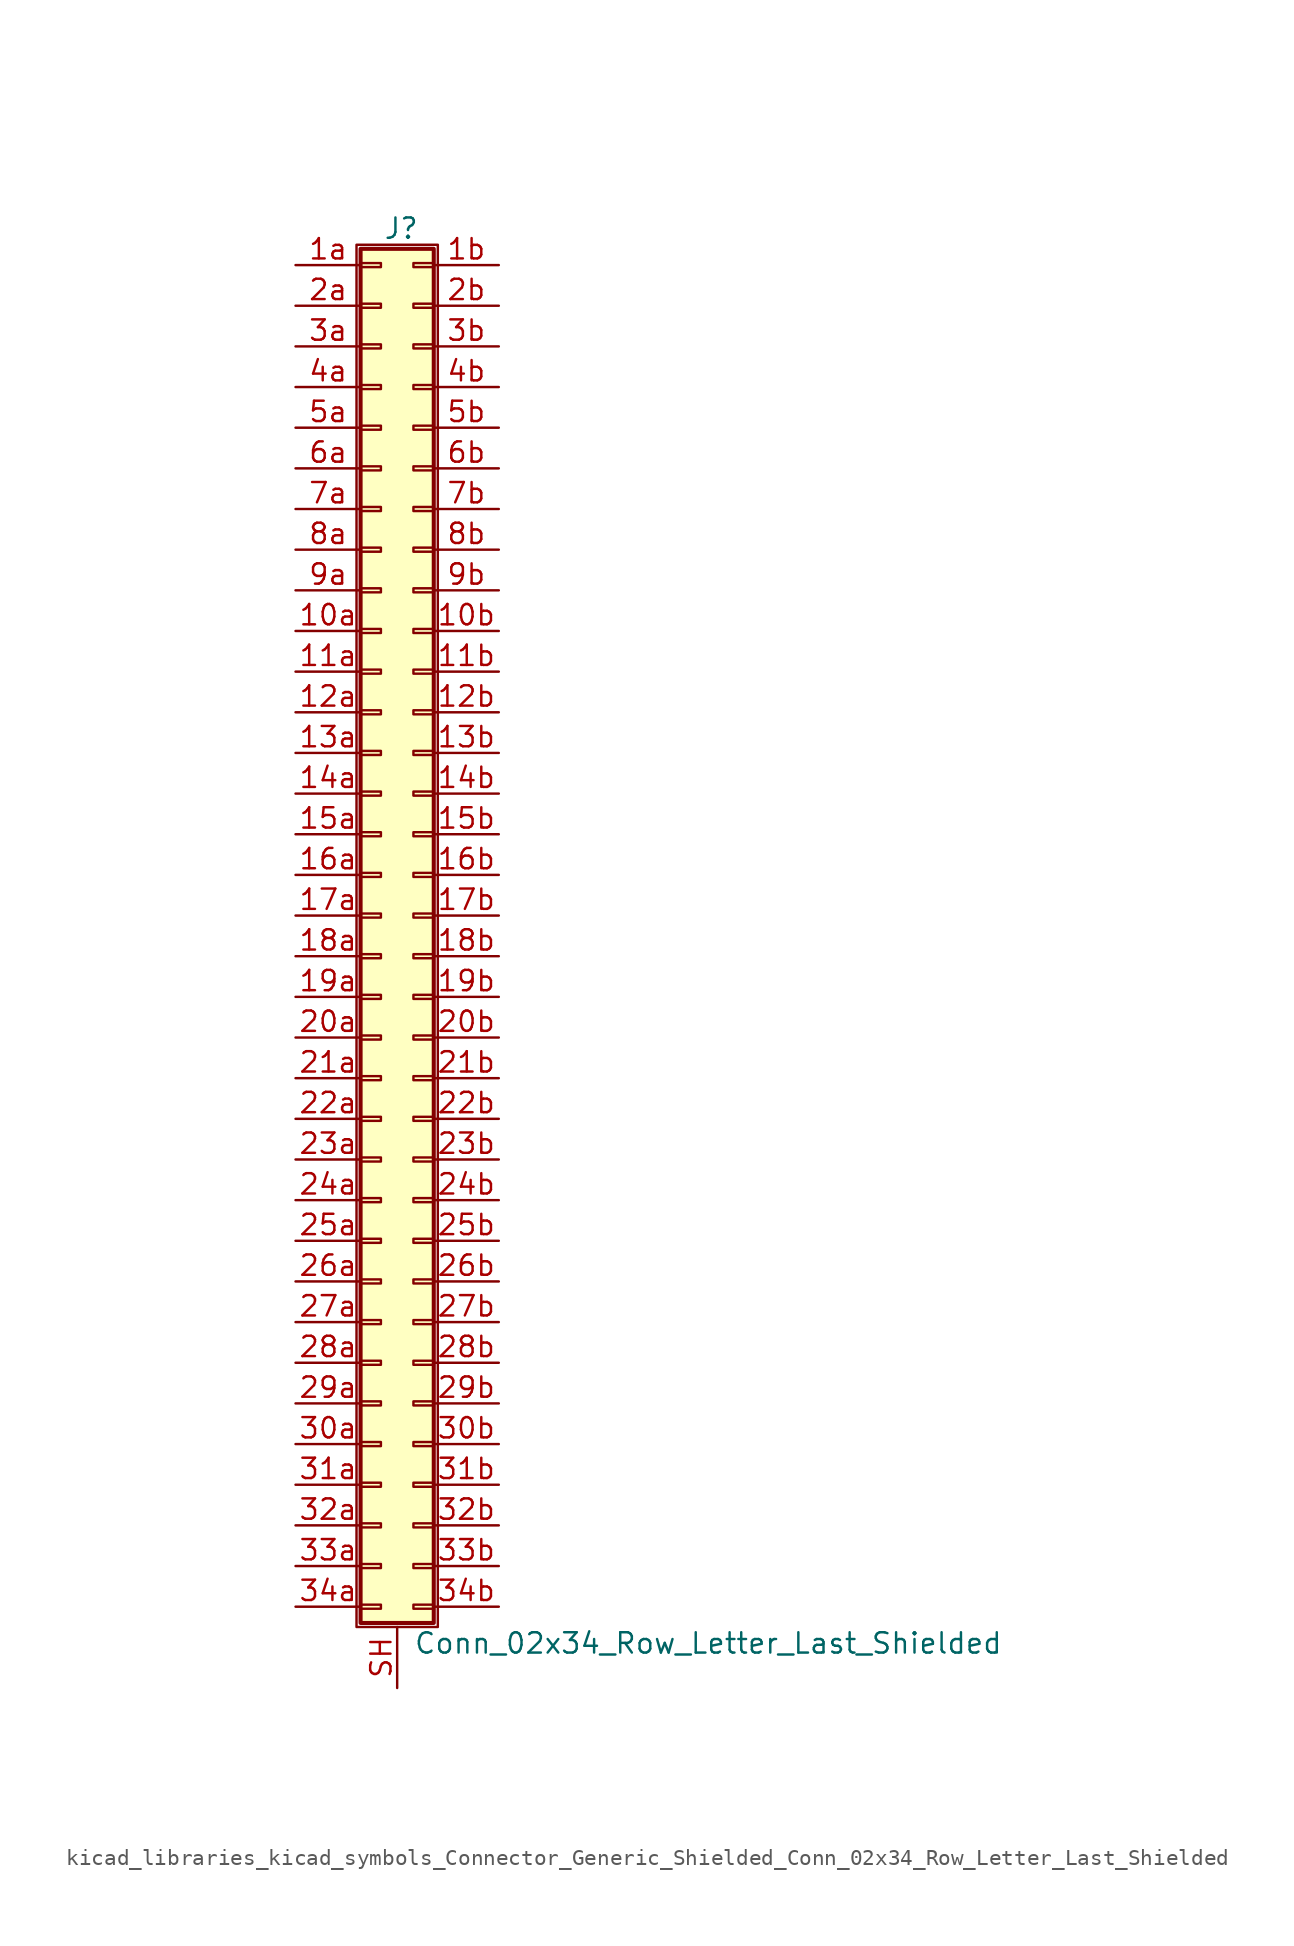
<source format=kicad_sym>
(kicad_symbol_lib
  (version 20220914)
  (generator kicad_symbol_editor)
  (symbol "kicad_libraries_kicad_symbols_Connector_Generic_Shielded_Conn_02x34_Row_Letter_Last_Shielded"
    (pin_names
      (offset 1.016) hide)
    (property "Reference" "J"
      (at 1.524 42.926 0)
      (effects (font (size 1.27 1.27))))
    (property "Value" "Conn_02x34_Row_Letter_Last_Shielded"
      (at 2.286 -45.466 0)
      (effects (font (size 1.27 1.27)) (justify left)))
    (symbol "kicad_libraries_kicad_symbols_Connector_Generic_Shielded_Conn_02x34_Row_Letter_Last_Shielded_1_1"
      (rectangle (start -1.27 41.91) (end 3.81 -44.45) (stroke (width 0.152) (type default)) (fill (type none)))
      (rectangle (start -1.016 -43.053) (end 0.254 -43.307) (stroke (width 0.152) (type default)) (fill (type none)))
      (rectangle (start -1.016 -40.513) (end 0.254 -40.767) (stroke (width 0.152) (type default)) (fill (type none)))
      (rectangle (start -1.016 -37.973) (end 0.254 -38.227) (stroke (width 0.152) (type default)) (fill (type none)))
      (rectangle (start -1.016 -35.433) (end 0.254 -35.687) (stroke (width 0.152) (type default)) (fill (type none)))
      (rectangle (start -1.016 -32.893) (end 0.254 -33.147) (stroke (width 0.152) (type default)) (fill (type none)))
      (rectangle (start -1.016 -30.353) (end 0.254 -30.607) (stroke (width 0.152) (type default)) (fill (type none)))
      (rectangle (start -1.016 -27.813) (end 0.254 -28.067) (stroke (width 0.152) (type default)) (fill (type none)))
      (rectangle (start -1.016 -25.273) (end 0.254 -25.527) (stroke (width 0.152) (type default)) (fill (type none)))
      (rectangle (start -1.016 -22.733) (end 0.254 -22.987) (stroke (width 0.152) (type default)) (fill (type none)))
      (rectangle (start -1.016 -20.193) (end 0.254 -20.447) (stroke (width 0.152) (type default)) (fill (type none)))
      (rectangle (start -1.016 -17.653) (end 0.254 -17.907) (stroke (width 0.152) (type default)) (fill (type none)))
      (rectangle (start -1.016 -15.113) (end 0.254 -15.367) (stroke (width 0.152) (type default)) (fill (type none)))
      (rectangle (start -1.016 -12.573) (end 0.254 -12.827) (stroke (width 0.152) (type default)) (fill (type none)))
      (rectangle (start -1.016 -10.033) (end 0.254 -10.287) (stroke (width 0.152) (type default)) (fill (type none)))
      (rectangle (start -1.016 -7.493) (end 0.254 -7.747) (stroke (width 0.152) (type default)) (fill (type none)))
      (rectangle (start -1.016 -4.953) (end 0.254 -5.207) (stroke (width 0.152) (type default)) (fill (type none)))
      (rectangle (start -1.016 -2.413) (end 0.254 -2.667) (stroke (width 0.152) (type default)) (fill (type none)))
      (rectangle (start -1.016 0.127) (end 0.254 -0.127) (stroke (width 0.152) (type default)) (fill (type none)))
      (rectangle (start -1.016 2.667) (end 0.254 2.413) (stroke (width 0.152) (type default)) (fill (type none)))
      (rectangle (start -1.016 5.207) (end 0.254 4.953) (stroke (width 0.152) (type default)) (fill (type none)))
      (rectangle (start -1.016 7.747) (end 0.254 7.493) (stroke (width 0.152) (type default)) (fill (type none)))
      (rectangle (start -1.016 10.287) (end 0.254 10.033) (stroke (width 0.152) (type default)) (fill (type none)))
      (rectangle (start -1.016 12.827) (end 0.254 12.573) (stroke (width 0.152) (type default)) (fill (type none)))
      (rectangle (start -1.016 15.367) (end 0.254 15.113) (stroke (width 0.152) (type default)) (fill (type none)))
      (rectangle (start -1.016 17.907) (end 0.254 17.653) (stroke (width 0.152) (type default)) (fill (type none)))
      (rectangle (start -1.016 20.447) (end 0.254 20.193) (stroke (width 0.152) (type default)) (fill (type none)))
      (rectangle (start -1.016 22.987) (end 0.254 22.733) (stroke (width 0.152) (type default)) (fill (type none)))
      (rectangle (start -1.016 25.527) (end 0.254 25.273) (stroke (width 0.152) (type default)) (fill (type none)))
      (rectangle (start -1.016 28.067) (end 0.254 27.813) (stroke (width 0.152) (type default)) (fill (type none)))
      (rectangle (start -1.016 30.607) (end 0.254 30.353) (stroke (width 0.152) (type default)) (fill (type none)))
      (rectangle (start -1.016 33.147) (end 0.254 32.893) (stroke (width 0.152) (type default)) (fill (type none)))
      (rectangle (start -1.016 35.687) (end 0.254 35.433) (stroke (width 0.152) (type default)) (fill (type none)))
      (rectangle (start -1.016 38.227) (end 0.254 37.973) (stroke (width 0.152) (type default)) (fill (type none)))
      (rectangle (start -1.016 40.767) (end 0.254 40.513) (stroke (width 0.152) (type default)) (fill (type none)))
      (rectangle (start -1.016 41.656) (end 3.556 -44.196) (stroke (width 0.254) (type default)) (fill (type background)))
      (rectangle (start 3.556 -43.053) (end 2.286 -43.307) (stroke (width 0.152) (type default)) (fill (type none)))
      (rectangle (start 3.556 -40.513) (end 2.286 -40.767) (stroke (width 0.152) (type default)) (fill (type none)))
      (rectangle (start 3.556 -37.973) (end 2.286 -38.227) (stroke (width 0.152) (type default)) (fill (type none)))
      (rectangle (start 3.556 -35.433) (end 2.286 -35.687) (stroke (width 0.152) (type default)) (fill (type none)))
      (rectangle (start 3.556 -32.893) (end 2.286 -33.147) (stroke (width 0.152) (type default)) (fill (type none)))
      (rectangle (start 3.556 -30.353) (end 2.286 -30.607) (stroke (width 0.152) (type default)) (fill (type none)))
      (rectangle (start 3.556 -27.813) (end 2.286 -28.067) (stroke (width 0.152) (type default)) (fill (type none)))
      (rectangle (start 3.556 -25.273) (end 2.286 -25.527) (stroke (width 0.152) (type default)) (fill (type none)))
      (rectangle (start 3.556 -22.733) (end 2.286 -22.987) (stroke (width 0.152) (type default)) (fill (type none)))
      (rectangle (start 3.556 -20.193) (end 2.286 -20.447) (stroke (width 0.152) (type default)) (fill (type none)))
      (rectangle (start 3.556 -17.653) (end 2.286 -17.907) (stroke (width 0.152) (type default)) (fill (type none)))
      (rectangle (start 3.556 -15.113) (end 2.286 -15.367) (stroke (width 0.152) (type default)) (fill (type none)))
      (rectangle (start 3.556 -12.573) (end 2.286 -12.827) (stroke (width 0.152) (type default)) (fill (type none)))
      (rectangle (start 3.556 -10.033) (end 2.286 -10.287) (stroke (width 0.152) (type default)) (fill (type none)))
      (rectangle (start 3.556 -7.493) (end 2.286 -7.747) (stroke (width 0.152) (type default)) (fill (type none)))
      (rectangle (start 3.556 -4.953) (end 2.286 -5.207) (stroke (width 0.152) (type default)) (fill (type none)))
      (rectangle (start 3.556 -2.413) (end 2.286 -2.667) (stroke (width 0.152) (type default)) (fill (type none)))
      (rectangle (start 3.556 0.127) (end 2.286 -0.127) (stroke (width 0.152) (type default)) (fill (type none)))
      (rectangle (start 3.556 2.667) (end 2.286 2.413) (stroke (width 0.152) (type default)) (fill (type none)))
      (rectangle (start 3.556 5.207) (end 2.286 4.953) (stroke (width 0.152) (type default)) (fill (type none)))
      (rectangle (start 3.556 7.747) (end 2.286 7.493) (stroke (width 0.152) (type default)) (fill (type none)))
      (rectangle (start 3.556 10.287) (end 2.286 10.033) (stroke (width 0.152) (type default)) (fill (type none)))
      (rectangle (start 3.556 12.827) (end 2.286 12.573) (stroke (width 0.152) (type default)) (fill (type none)))
      (rectangle (start 3.556 15.367) (end 2.286 15.113) (stroke (width 0.152) (type default)) (fill (type none)))
      (rectangle (start 3.556 17.907) (end 2.286 17.653) (stroke (width 0.152) (type default)) (fill (type none)))
      (rectangle (start 3.556 20.447) (end 2.286 20.193) (stroke (width 0.152) (type default)) (fill (type none)))
      (rectangle (start 3.556 22.987) (end 2.286 22.733) (stroke (width 0.152) (type default)) (fill (type none)))
      (rectangle (start 3.556 25.527) (end 2.286 25.273) (stroke (width 0.152) (type default)) (fill (type none)))
      (rectangle (start 3.556 28.067) (end 2.286 27.813) (stroke (width 0.152) (type default)) (fill (type none)))
      (rectangle (start 3.556 30.607) (end 2.286 30.353) (stroke (width 0.152) (type default)) (fill (type none)))
      (rectangle (start 3.556 33.147) (end 2.286 32.893) (stroke (width 0.152) (type default)) (fill (type none)))
      (rectangle (start 3.556 35.687) (end 2.286 35.433) (stroke (width 0.152) (type default)) (fill (type none)))
      (rectangle (start 3.556 38.227) (end 2.286 37.973) (stroke (width 0.152) (type default)) (fill (type none)))
      (rectangle (start 3.556 40.767) (end 2.286 40.513) (stroke (width 0.152) (type default)) (fill (type none)))
      (pin passive line (at -5.08 17.78 0) (length 4.064) (name "Pin_10a" (effects (font (size 1.27 1.27)))) (number "10a" (effects (font (size 1.27 1.27)))))
      (pin passive line (at 7.62 17.78 180) (length 4.064) (name "Pin_10b" (effects (font (size 1.27 1.27)))) (number "10b" (effects (font (size 1.27 1.27)))))
      (pin passive line (at -5.08 15.24 0) (length 4.064) (name "Pin_11a" (effects (font (size 1.27 1.27)))) (number "11a" (effects (font (size 1.27 1.27)))))
      (pin passive line (at 7.62 15.24 180) (length 4.064) (name "Pin_11b" (effects (font (size 1.27 1.27)))) (number "11b" (effects (font (size 1.27 1.27)))))
      (pin passive line (at -5.08 12.7 0) (length 4.064) (name "Pin_12a" (effects (font (size 1.27 1.27)))) (number "12a" (effects (font (size 1.27 1.27)))))
      (pin passive line (at 7.62 12.7 180) (length 4.064) (name "Pin_12b" (effects (font (size 1.27 1.27)))) (number "12b" (effects (font (size 1.27 1.27)))))
      (pin passive line (at -5.08 10.16 0) (length 4.064) (name "Pin_13a" (effects (font (size 1.27 1.27)))) (number "13a" (effects (font (size 1.27 1.27)))))
      (pin passive line (at 7.62 10.16 180) (length 4.064) (name "Pin_13b" (effects (font (size 1.27 1.27)))) (number "13b" (effects (font (size 1.27 1.27)))))
      (pin passive line (at -5.08 7.62 0) (length 4.064) (name "Pin_14a" (effects (font (size 1.27 1.27)))) (number "14a" (effects (font (size 1.27 1.27)))))
      (pin passive line (at 7.62 7.62 180) (length 4.064) (name "Pin_14b" (effects (font (size 1.27 1.27)))) (number "14b" (effects (font (size 1.27 1.27)))))
      (pin passive line (at -5.08 5.08 0) (length 4.064) (name "Pin_15a" (effects (font (size 1.27 1.27)))) (number "15a" (effects (font (size 1.27 1.27)))))
      (pin passive line (at 7.62 5.08 180) (length 4.064) (name "Pin_15b" (effects (font (size 1.27 1.27)))) (number "15b" (effects (font (size 1.27 1.27)))))
      (pin passive line (at -5.08 2.54 0) (length 4.064) (name "Pin_16a" (effects (font (size 1.27 1.27)))) (number "16a" (effects (font (size 1.27 1.27)))))
      (pin passive line (at 7.62 2.54 180) (length 4.064) (name "Pin_16b" (effects (font (size 1.27 1.27)))) (number "16b" (effects (font (size 1.27 1.27)))))
      (pin passive line (at -5.08 0 0) (length 4.064) (name "Pin_17a" (effects (font (size 1.27 1.27)))) (number "17a" (effects (font (size 1.27 1.27)))))
      (pin passive line (at 7.62 0 180) (length 4.064) (name "Pin_17b" (effects (font (size 1.27 1.27)))) (number "17b" (effects (font (size 1.27 1.27)))))
      (pin passive line (at -5.08 -2.54 0) (length 4.064) (name "Pin_18a" (effects (font (size 1.27 1.27)))) (number "18a" (effects (font (size 1.27 1.27)))))
      (pin passive line (at 7.62 -2.54 180) (length 4.064) (name "Pin_18b" (effects (font (size 1.27 1.27)))) (number "18b" (effects (font (size 1.27 1.27)))))
      (pin passive line (at -5.08 -5.08 0) (length 4.064) (name "Pin_19a" (effects (font (size 1.27 1.27)))) (number "19a" (effects (font (size 1.27 1.27)))))
      (pin passive line (at 7.62 -5.08 180) (length 4.064) (name "Pin_19b" (effects (font (size 1.27 1.27)))) (number "19b" (effects (font (size 1.27 1.27)))))
      (pin passive line (at -5.08 40.64 0) (length 4.064) (name "Pin_1a" (effects (font (size 1.27 1.27)))) (number "1a" (effects (font (size 1.27 1.27)))))
      (pin passive line (at 7.62 40.64 180) (length 4.064) (name "Pin_1b" (effects (font (size 1.27 1.27)))) (number "1b" (effects (font (size 1.27 1.27)))))
      (pin passive line (at -5.08 -7.62 0) (length 4.064) (name "Pin_20a" (effects (font (size 1.27 1.27)))) (number "20a" (effects (font (size 1.27 1.27)))))
      (pin passive line (at 7.62 -7.62 180) (length 4.064) (name "Pin_20b" (effects (font (size 1.27 1.27)))) (number "20b" (effects (font (size 1.27 1.27)))))
      (pin passive line (at -5.08 -10.16 0) (length 4.064) (name "Pin_21a" (effects (font (size 1.27 1.27)))) (number "21a" (effects (font (size 1.27 1.27)))))
      (pin passive line (at 7.62 -10.16 180) (length 4.064) (name "Pin_21b" (effects (font (size 1.27 1.27)))) (number "21b" (effects (font (size 1.27 1.27)))))
      (pin passive line (at -5.08 -12.7 0) (length 4.064) (name "Pin_22a" (effects (font (size 1.27 1.27)))) (number "22a" (effects (font (size 1.27 1.27)))))
      (pin passive line (at 7.62 -12.7 180) (length 4.064) (name "Pin_22b" (effects (font (size 1.27 1.27)))) (number "22b" (effects (font (size 1.27 1.27)))))
      (pin passive line (at -5.08 -15.24 0) (length 4.064) (name "Pin_23a" (effects (font (size 1.27 1.27)))) (number "23a" (effects (font (size 1.27 1.27)))))
      (pin passive line (at 7.62 -15.24 180) (length 4.064) (name "Pin_23b" (effects (font (size 1.27 1.27)))) (number "23b" (effects (font (size 1.27 1.27)))))
      (pin passive line (at -5.08 -17.78 0) (length 4.064) (name "Pin_24a" (effects (font (size 1.27 1.27)))) (number "24a" (effects (font (size 1.27 1.27)))))
      (pin passive line (at 7.62 -17.78 180) (length 4.064) (name "Pin_24b" (effects (font (size 1.27 1.27)))) (number "24b" (effects (font (size 1.27 1.27)))))
      (pin passive line (at -5.08 -20.32 0) (length 4.064) (name "Pin_25a" (effects (font (size 1.27 1.27)))) (number "25a" (effects (font (size 1.27 1.27)))))
      (pin passive line (at 7.62 -20.32 180) (length 4.064) (name "Pin_25b" (effects (font (size 1.27 1.27)))) (number "25b" (effects (font (size 1.27 1.27)))))
      (pin passive line (at -5.08 -22.86 0) (length 4.064) (name "Pin_26a" (effects (font (size 1.27 1.27)))) (number "26a" (effects (font (size 1.27 1.27)))))
      (pin passive line (at 7.62 -22.86 180) (length 4.064) (name "Pin_26b" (effects (font (size 1.27 1.27)))) (number "26b" (effects (font (size 1.27 1.27)))))
      (pin passive line (at -5.08 -25.4 0) (length 4.064) (name "Pin_27a" (effects (font (size 1.27 1.27)))) (number "27a" (effects (font (size 1.27 1.27)))))
      (pin passive line (at 7.62 -25.4 180) (length 4.064) (name "Pin_27b" (effects (font (size 1.27 1.27)))) (number "27b" (effects (font (size 1.27 1.27)))))
      (pin passive line (at -5.08 -27.94 0) (length 4.064) (name "Pin_28a" (effects (font (size 1.27 1.27)))) (number "28a" (effects (font (size 1.27 1.27)))))
      (pin passive line (at 7.62 -27.94 180) (length 4.064) (name "Pin_28b" (effects (font (size 1.27 1.27)))) (number "28b" (effects (font (size 1.27 1.27)))))
      (pin passive line (at -5.08 -30.48 0) (length 4.064) (name "Pin_29a" (effects (font (size 1.27 1.27)))) (number "29a" (effects (font (size 1.27 1.27)))))
      (pin passive line (at 7.62 -30.48 180) (length 4.064) (name "Pin_29b" (effects (font (size 1.27 1.27)))) (number "29b" (effects (font (size 1.27 1.27)))))
      (pin passive line (at -5.08 38.1 0) (length 4.064) (name "Pin_2a" (effects (font (size 1.27 1.27)))) (number "2a" (effects (font (size 1.27 1.27)))))
      (pin passive line (at 7.62 38.1 180) (length 4.064) (name "Pin_2b" (effects (font (size 1.27 1.27)))) (number "2b" (effects (font (size 1.27 1.27)))))
      (pin passive line (at -5.08 -33.02 0) (length 4.064) (name "Pin_30a" (effects (font (size 1.27 1.27)))) (number "30a" (effects (font (size 1.27 1.27)))))
      (pin passive line (at 7.62 -33.02 180) (length 4.064) (name "Pin_30b" (effects (font (size 1.27 1.27)))) (number "30b" (effects (font (size 1.27 1.27)))))
      (pin passive line (at -5.08 -35.56 0) (length 4.064) (name "Pin_31a" (effects (font (size 1.27 1.27)))) (number "31a" (effects (font (size 1.27 1.27)))))
      (pin passive line (at 7.62 -35.56 180) (length 4.064) (name "Pin_31b" (effects (font (size 1.27 1.27)))) (number "31b" (effects (font (size 1.27 1.27)))))
      (pin passive line (at -5.08 -38.1 0) (length 4.064) (name "Pin_32a" (effects (font (size 1.27 1.27)))) (number "32a" (effects (font (size 1.27 1.27)))))
      (pin passive line (at 7.62 -38.1 180) (length 4.064) (name "Pin_32b" (effects (font (size 1.27 1.27)))) (number "32b" (effects (font (size 1.27 1.27)))))
      (pin passive line (at -5.08 -40.64 0) (length 4.064) (name "Pin_33a" (effects (font (size 1.27 1.27)))) (number "33a" (effects (font (size 1.27 1.27)))))
      (pin passive line (at 7.62 -40.64 180) (length 4.064) (name "Pin_33b" (effects (font (size 1.27 1.27)))) (number "33b" (effects (font (size 1.27 1.27)))))
      (pin passive line (at -5.08 -43.18 0) (length 4.064) (name "Pin_34a" (effects (font (size 1.27 1.27)))) (number "34a" (effects (font (size 1.27 1.27)))))
      (pin passive line (at 7.62 -43.18 180) (length 4.064) (name "Pin_34b" (effects (font (size 1.27 1.27)))) (number "34b" (effects (font (size 1.27 1.27)))))
      (pin passive line (at -5.08 35.56 0) (length 4.064) (name "Pin_3a" (effects (font (size 1.27 1.27)))) (number "3a" (effects (font (size 1.27 1.27)))))
      (pin passive line (at 7.62 35.56 180) (length 4.064) (name "Pin_3b" (effects (font (size 1.27 1.27)))) (number "3b" (effects (font (size 1.27 1.27)))))
      (pin passive line (at -5.08 33.02 0) (length 4.064) (name "Pin_4a" (effects (font (size 1.27 1.27)))) (number "4a" (effects (font (size 1.27 1.27)))))
      (pin passive line (at 7.62 33.02 180) (length 4.064) (name "Pin_4b" (effects (font (size 1.27 1.27)))) (number "4b" (effects (font (size 1.27 1.27)))))
      (pin passive line (at -5.08 30.48 0) (length 4.064) (name "Pin_5a" (effects (font (size 1.27 1.27)))) (number "5a" (effects (font (size 1.27 1.27)))))
      (pin passive line (at 7.62 30.48 180) (length 4.064) (name "Pin_5b" (effects (font (size 1.27 1.27)))) (number "5b" (effects (font (size 1.27 1.27)))))
      (pin passive line (at -5.08 27.94 0) (length 4.064) (name "Pin_6a" (effects (font (size 1.27 1.27)))) (number "6a" (effects (font (size 1.27 1.27)))))
      (pin passive line (at 7.62 27.94 180) (length 4.064) (name "Pin_6b" (effects (font (size 1.27 1.27)))) (number "6b" (effects (font (size 1.27 1.27)))))
      (pin passive line (at -5.08 25.4 0) (length 4.064) (name "Pin_7a" (effects (font (size 1.27 1.27)))) (number "7a" (effects (font (size 1.27 1.27)))))
      (pin passive line (at 7.62 25.4 180) (length 4.064) (name "Pin_7b" (effects (font (size 1.27 1.27)))) (number "7b" (effects (font (size 1.27 1.27)))))
      (pin passive line (at -5.08 22.86 0) (length 4.064) (name "Pin_8a" (effects (font (size 1.27 1.27)))) (number "8a" (effects (font (size 1.27 1.27)))))
      (pin passive line (at 7.62 22.86 180) (length 4.064) (name "Pin_8b" (effects (font (size 1.27 1.27)))) (number "8b" (effects (font (size 1.27 1.27)))))
      (pin passive line (at -5.08 20.32 0) (length 4.064) (name "Pin_9a" (effects (font (size 1.27 1.27)))) (number "9a" (effects (font (size 1.27 1.27)))))
      (pin passive line (at 7.62 20.32 180) (length 4.064) (name "Pin_9b" (effects (font (size 1.27 1.27)))) (number "9b" (effects (font (size 1.27 1.27)))))
      (pin passive line (at 1.27 -48.26 90) (length 3.81) (name "Shield" (effects (font (size 1.27 1.27)))) (number "SH" (effects (font (size 1.27 1.27))))))))
</source>
